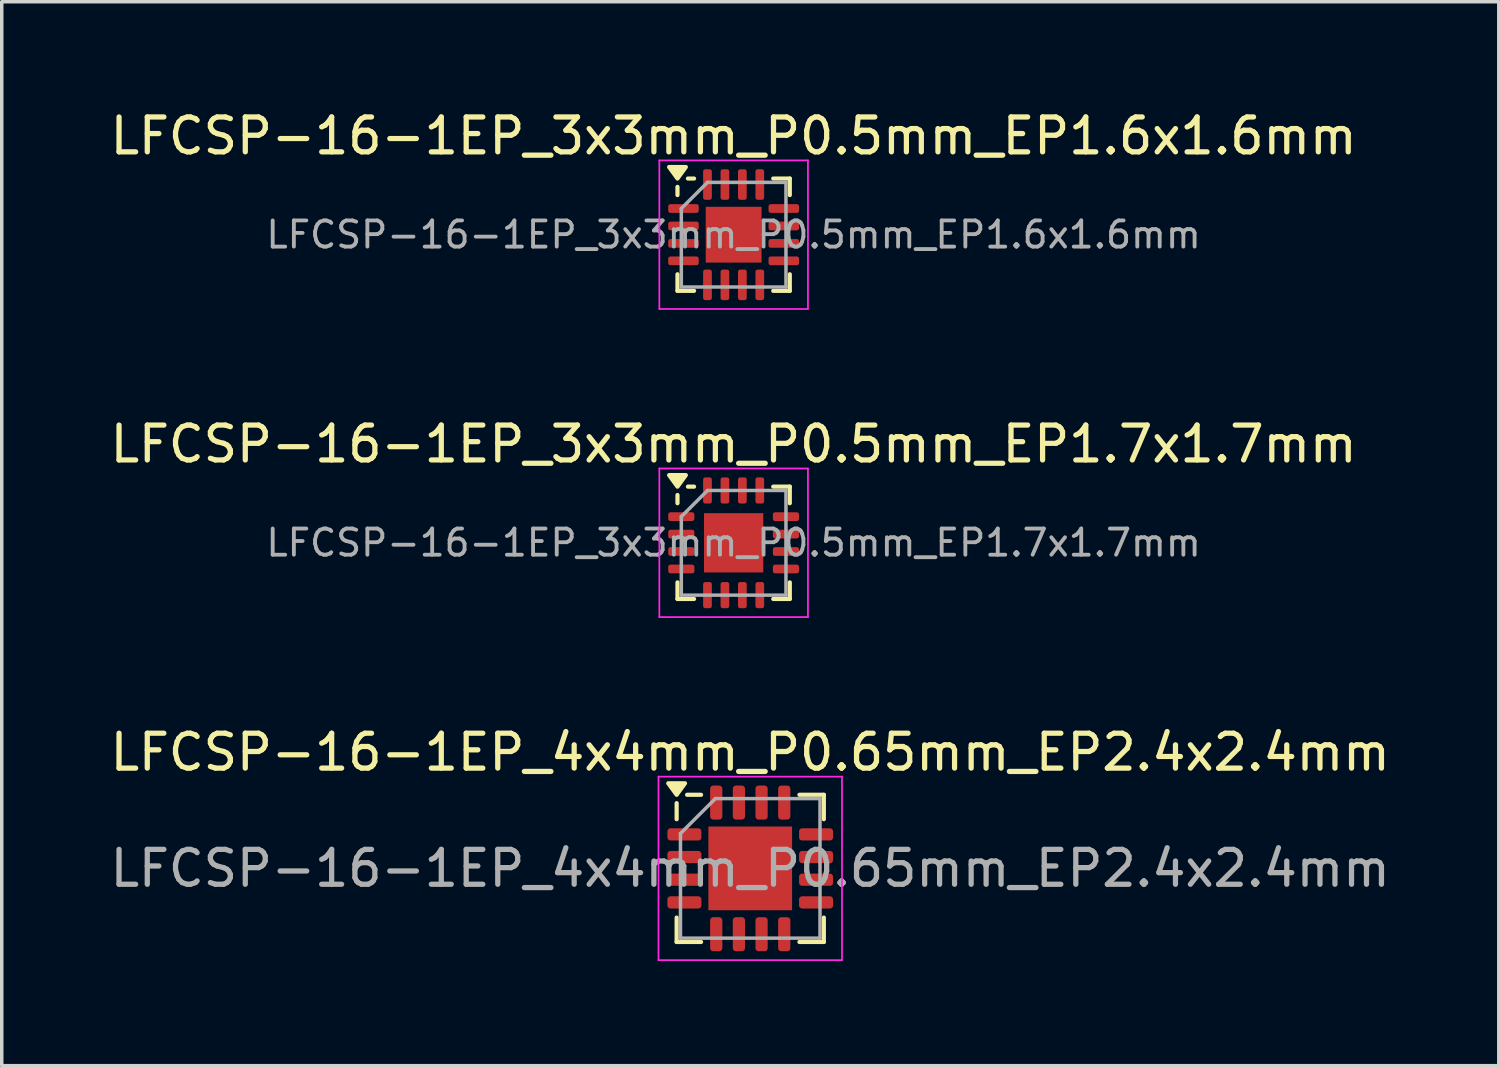
<source format=kicad_pcb>
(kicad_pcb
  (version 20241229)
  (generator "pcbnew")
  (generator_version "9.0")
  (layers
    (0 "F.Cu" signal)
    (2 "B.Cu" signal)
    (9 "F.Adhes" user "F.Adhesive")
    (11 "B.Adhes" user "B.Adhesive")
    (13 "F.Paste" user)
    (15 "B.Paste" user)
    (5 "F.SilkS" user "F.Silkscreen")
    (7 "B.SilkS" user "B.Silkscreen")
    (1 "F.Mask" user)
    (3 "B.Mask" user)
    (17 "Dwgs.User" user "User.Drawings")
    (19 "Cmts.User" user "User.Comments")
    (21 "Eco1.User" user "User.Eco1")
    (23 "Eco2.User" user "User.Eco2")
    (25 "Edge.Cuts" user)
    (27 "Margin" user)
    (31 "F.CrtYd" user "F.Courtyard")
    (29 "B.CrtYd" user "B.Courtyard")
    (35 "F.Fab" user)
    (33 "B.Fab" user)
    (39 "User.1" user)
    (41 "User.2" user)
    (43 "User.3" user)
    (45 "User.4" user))
  (footprint "LFCSP-16-1EP_3x3mm_P0.5mm_EP1.6x1.6mm"
    (layer "F.Cu")
    (at 17.982 3.678)
    (property "Reference" "LFCSP-16-1EP_3x3mm_P0.5mm_EP1.6x1.6mm" (at 0 -2.83 0) (layer "F.SilkS") (effects (font (size 1 1) (thickness 0.15))))
    (attr smd)
    (fp_line (start -1.61 -1.135) (end -1.61 -1.37) (stroke (width 0.12) (type solid)) (layer "F.SilkS"))
    (fp_line (start -1.61 1.61) (end -1.61 1.135) (stroke (width 0.12) (type solid)) (layer "F.SilkS"))
    (fp_line (start -1.135 -1.61) (end -1.31 -1.61) (stroke (width 0.12) (type solid)) (layer "F.SilkS"))
    (fp_line (start -1.135 1.61) (end -1.61 1.61) (stroke (width 0.12) (type solid)) (layer "F.SilkS"))
    (fp_line (start 1.135 -1.61) (end 1.61 -1.61) (stroke (width 0.12) (type solid)) (layer "F.SilkS"))
    (fp_line (start 1.135 1.61) (end 1.61 1.61) (stroke (width 0.12) (type solid)) (layer "F.SilkS"))
    (fp_line (start 1.61 -1.61) (end 1.61 -1.135) (stroke (width 0.12) (type solid)) (layer "F.SilkS"))
    (fp_line (start 1.61 1.61) (end 1.61 1.135) (stroke (width 0.12) (type solid)) (layer "F.SilkS"))
    (fp_poly (pts (xy -1.61 -1.61) (xy -1.85 -1.94) (xy -1.37 -1.94) (xy -1.61 -1.61)) (stroke (width 0.12) (type solid)) (fill yes) (layer "F.SilkS"))
    (fp_line (start -2.13 -2.13) (end -2.13 2.13) (stroke (width 0.05) (type solid)) (layer "F.CrtYd"))
    (fp_line (start -2.13 2.13) (end 2.13 2.13) (stroke (width 0.05) (type solid)) (layer "F.CrtYd"))
    (fp_line (start 2.13 -2.13) (end -2.13 -2.13) (stroke (width 0.05) (type solid)) (layer "F.CrtYd"))
    (fp_line (start 2.13 2.13) (end 2.13 -2.13) (stroke (width 0.05) (type solid)) (layer "F.CrtYd"))
    (fp_line (start -1.5 -0.75) (end -0.75 -1.5) (stroke (width 0.1) (type solid)) (layer "F.Fab"))
    (fp_line (start -1.5 1.5) (end -1.5 -0.75) (stroke (width 0.1) (type solid)) (layer "F.Fab"))
    (fp_line (start -0.75 -1.5) (end 1.5 -1.5) (stroke (width 0.1) (type solid)) (layer "F.Fab"))
    (fp_line (start 1.5 -1.5) (end 1.5 1.5) (stroke (width 0.1) (type solid)) (layer "F.Fab"))
    (fp_line (start 1.5 1.5) (end -1.5 1.5) (stroke (width 0.1) (type solid)) (layer "F.Fab"))
    (fp_text user "${REFERENCE}" (at 0 0 0) (layer "F.Fab") (effects (font (size 0.75 0.75) (thickness 0.11))))
    (pad "" smd roundrect (at -0.4 -0.4) (size 0.64 0.64) (layers "F.Paste") (roundrect_rratio 0.25))
    (pad "" smd roundrect (at -0.4 0.4) (size 0.64 0.64) (layers "F.Paste") (roundrect_rratio 0.25))
    (pad "" smd roundrect (at 0.4 -0.4) (size 0.64 0.64) (layers "F.Paste") (roundrect_rratio 0.25))
    (pad "" smd roundrect (at 0.4 0.4) (size 0.64 0.64) (layers "F.Paste") (roundrect_rratio 0.25))
    (pad "1" smd roundrect (at -1.438 -0.75) (size 0.875 0.25) (layers "F.Cu" "F.Mask" "F.Paste") (roundrect_rratio 0.25))
    (pad "2" smd roundrect (at -1.438 -0.25) (size 0.875 0.25) (layers "F.Cu" "F.Mask" "F.Paste") (roundrect_rratio 0.25))
    (pad "3" smd roundrect (at -1.438 0.25) (size 0.875 0.25) (layers "F.Cu" "F.Mask" "F.Paste") (roundrect_rratio 0.25))
    (pad "4" smd roundrect (at -1.438 0.75) (size 0.875 0.25) (layers "F.Cu" "F.Mask" "F.Paste") (roundrect_rratio 0.25))
    (pad "5" smd roundrect (at -0.75 1.438) (size 0.25 0.875) (layers "F.Cu" "F.Mask" "F.Paste") (roundrect_rratio 0.25))
    (pad "6" smd roundrect (at -0.25 1.438) (size 0.25 0.875) (layers "F.Cu" "F.Mask" "F.Paste") (roundrect_rratio 0.25))
    (pad "7" smd roundrect (at 0.25 1.438) (size 0.25 0.875) (layers "F.Cu" "F.Mask" "F.Paste") (roundrect_rratio 0.25))
    (pad "8" smd roundrect (at 0.75 1.438) (size 0.25 0.875) (layers "F.Cu" "F.Mask" "F.Paste") (roundrect_rratio 0.25))
    (pad "9" smd roundrect (at 1.438 0.75) (size 0.875 0.25) (layers "F.Cu" "F.Mask" "F.Paste") (roundrect_rratio 0.25))
    (pad "10" smd roundrect (at 1.438 0.25) (size 0.875 0.25) (layers "F.Cu" "F.Mask" "F.Paste") (roundrect_rratio 0.25))
    (pad "11" smd roundrect (at 1.438 -0.25) (size 0.875 0.25) (layers "F.Cu" "F.Mask" "F.Paste") (roundrect_rratio 0.25))
    (pad "12" smd roundrect (at 1.438 -0.75) (size 0.875 0.25) (layers "F.Cu" "F.Mask" "F.Paste") (roundrect_rratio 0.25))
    (pad "13" smd roundrect (at 0.75 -1.438) (size 0.25 0.875) (layers "F.Cu" "F.Mask" "F.Paste") (roundrect_rratio 0.25))
    (pad "14" smd roundrect (at 0.25 -1.438) (size 0.25 0.875) (layers "F.Cu" "F.Mask" "F.Paste") (roundrect_rratio 0.25))
    (pad "15" smd roundrect (at -0.25 -1.438) (size 0.25 0.875) (layers "F.Cu" "F.Mask" "F.Paste") (roundrect_rratio 0.25))
    (pad "16" smd roundrect (at -0.75 -1.438) (size 0.25 0.875) (layers "F.Cu" "F.Mask" "F.Paste") (roundrect_rratio 0.25))
    (pad "17" smd rect (at 0 0) (size 1.6 1.6) (property pad_prop_heatsink) (layers "F.Cu" "F.Mask")))
  (footprint "LFCSP-16-1EP_3x3mm_P0.5mm_EP1.7x1.7mm"
    (layer "F.Cu")
    (at 17.982 12.511)
    (property "Reference" "LFCSP-16-1EP_3x3mm_P0.5mm_EP1.7x1.7mm" (at 0 -2.83 0) (layer "F.SilkS") (effects (font (size 1 1) (thickness 0.15))))
    (attr smd)
    (fp_line (start -1.61 -1.135) (end -1.61 -1.37) (stroke (width 0.12) (type solid)) (layer "F.SilkS"))
    (fp_line (start -1.61 1.61) (end -1.61 1.135) (stroke (width 0.12) (type solid)) (layer "F.SilkS"))
    (fp_line (start -1.135 -1.61) (end -1.31 -1.61) (stroke (width 0.12) (type solid)) (layer "F.SilkS"))
    (fp_line (start -1.135 1.61) (end -1.61 1.61) (stroke (width 0.12) (type solid)) (layer "F.SilkS"))
    (fp_line (start 1.135 -1.61) (end 1.61 -1.61) (stroke (width 0.12) (type solid)) (layer "F.SilkS"))
    (fp_line (start 1.135 1.61) (end 1.61 1.61) (stroke (width 0.12) (type solid)) (layer "F.SilkS"))
    (fp_line (start 1.61 -1.61) (end 1.61 -1.135) (stroke (width 0.12) (type solid)) (layer "F.SilkS"))
    (fp_line (start 1.61 1.61) (end 1.61 1.135) (stroke (width 0.12) (type solid)) (layer "F.SilkS"))
    (fp_poly (pts (xy -1.61 -1.61) (xy -1.85 -1.94) (xy -1.37 -1.94) (xy -1.61 -1.61)) (stroke (width 0.12) (type solid)) (fill yes) (layer "F.SilkS"))
    (fp_line (start -2.13 -2.13) (end -2.13 2.13) (stroke (width 0.05) (type solid)) (layer "F.CrtYd"))
    (fp_line (start -2.13 2.13) (end 2.13 2.13) (stroke (width 0.05) (type solid)) (layer "F.CrtYd"))
    (fp_line (start 2.13 -2.13) (end -2.13 -2.13) (stroke (width 0.05) (type solid)) (layer "F.CrtYd"))
    (fp_line (start 2.13 2.13) (end 2.13 -2.13) (stroke (width 0.05) (type solid)) (layer "F.CrtYd"))
    (fp_line (start -1.5 -0.75) (end -0.75 -1.5) (stroke (width 0.1) (type solid)) (layer "F.Fab"))
    (fp_line (start -1.5 1.5) (end -1.5 -0.75) (stroke (width 0.1) (type solid)) (layer "F.Fab"))
    (fp_line (start -0.75 -1.5) (end 1.5 -1.5) (stroke (width 0.1) (type solid)) (layer "F.Fab"))
    (fp_line (start 1.5 -1.5) (end 1.5 1.5) (stroke (width 0.1) (type solid)) (layer "F.Fab"))
    (fp_line (start 1.5 1.5) (end -1.5 1.5) (stroke (width 0.1) (type solid)) (layer "F.Fab"))
    (fp_text user "${REFERENCE}" (at 0 0 0) (layer "F.Fab") (effects (font (size 0.75 0.75) (thickness 0.11))))
    (pad "" smd roundrect (at -0.425 -0.425) (size 0.69 0.69) (layers "F.Paste") (roundrect_rratio 0.25))
    (pad "" smd roundrect (at -0.425 0.425) (size 0.69 0.69) (layers "F.Paste") (roundrect_rratio 0.25))
    (pad "" smd roundrect (at 0.425 -0.425) (size 0.69 0.69) (layers "F.Paste") (roundrect_rratio 0.25))
    (pad "" smd roundrect (at 0.425 0.425) (size 0.69 0.69) (layers "F.Paste") (roundrect_rratio 0.25))
    (pad "1" smd roundrect (at -1.5 -0.75) (size 0.75 0.25) (layers "F.Cu" "F.Mask" "F.Paste") (roundrect_rratio 0.25))
    (pad "2" smd roundrect (at -1.5 -0.25) (size 0.75 0.25) (layers "F.Cu" "F.Mask" "F.Paste") (roundrect_rratio 0.25))
    (pad "3" smd roundrect (at -1.5 0.25) (size 0.75 0.25) (layers "F.Cu" "F.Mask" "F.Paste") (roundrect_rratio 0.25))
    (pad "4" smd roundrect (at -1.5 0.75) (size 0.75 0.25) (layers "F.Cu" "F.Mask" "F.Paste") (roundrect_rratio 0.25))
    (pad "5" smd roundrect (at -0.75 1.5) (size 0.25 0.75) (layers "F.Cu" "F.Mask" "F.Paste") (roundrect_rratio 0.25))
    (pad "6" smd roundrect (at -0.25 1.5) (size 0.25 0.75) (layers "F.Cu" "F.Mask" "F.Paste") (roundrect_rratio 0.25))
    (pad "7" smd roundrect (at 0.25 1.5) (size 0.25 0.75) (layers "F.Cu" "F.Mask" "F.Paste") (roundrect_rratio 0.25))
    (pad "8" smd roundrect (at 0.75 1.5) (size 0.25 0.75) (layers "F.Cu" "F.Mask" "F.Paste") (roundrect_rratio 0.25))
    (pad "9" smd roundrect (at 1.5 0.75) (size 0.75 0.25) (layers "F.Cu" "F.Mask" "F.Paste") (roundrect_rratio 0.25))
    (pad "10" smd roundrect (at 1.5 0.25) (size 0.75 0.25) (layers "F.Cu" "F.Mask" "F.Paste") (roundrect_rratio 0.25))
    (pad "11" smd roundrect (at 1.5 -0.25) (size 0.75 0.25) (layers "F.Cu" "F.Mask" "F.Paste") (roundrect_rratio 0.25))
    (pad "12" smd roundrect (at 1.5 -0.75) (size 0.75 0.25) (layers "F.Cu" "F.Mask" "F.Paste") (roundrect_rratio 0.25))
    (pad "13" smd roundrect (at 0.75 -1.5) (size 0.25 0.75) (layers "F.Cu" "F.Mask" "F.Paste") (roundrect_rratio 0.25))
    (pad "14" smd roundrect (at 0.25 -1.5) (size 0.25 0.75) (layers "F.Cu" "F.Mask" "F.Paste") (roundrect_rratio 0.25))
    (pad "15" smd roundrect (at -0.25 -1.5) (size 0.25 0.75) (layers "F.Cu" "F.Mask" "F.Paste") (roundrect_rratio 0.25))
    (pad "16" smd roundrect (at -0.75 -1.5) (size 0.25 0.75) (layers "F.Cu" "F.Mask" "F.Paste") (roundrect_rratio 0.25))
    (pad "17" smd rect (at 0 0) (size 1.7 1.7) (property pad_prop_heatsink) (layers "F.Cu" "F.Mask")))
  (footprint "LFCSP-16-1EP_4x4mm_P0.65mm_EP2.4x2.4mm"
    (layer "F.Cu")
    (at 18.458 21.845)
    (property "Reference" "LFCSP-16-1EP_4x4mm_P0.65mm_EP2.4x2.4mm" (at 0 -3.33 0) (layer "F.SilkS") (effects (font (size 1 1) (thickness 0.15))))
    (attr smd)
    (fp_line (start -2.11 -1.41) (end -2.11 -1.87) (stroke (width 0.12) (type solid)) (layer "F.SilkS"))
    (fp_line (start -2.11 2.11) (end -2.11 1.41) (stroke (width 0.12) (type solid)) (layer "F.SilkS"))
    (fp_line (start -1.41 -2.11) (end -1.81 -2.11) (stroke (width 0.12) (type solid)) (layer "F.SilkS"))
    (fp_line (start -1.41 2.11) (end -2.11 2.11) (stroke (width 0.12) (type solid)) (layer "F.SilkS"))
    (fp_line (start 1.41 -2.11) (end 2.11 -2.11) (stroke (width 0.12) (type solid)) (layer "F.SilkS"))
    (fp_line (start 1.41 2.11) (end 2.11 2.11) (stroke (width 0.12) (type solid)) (layer "F.SilkS"))
    (fp_line (start 2.11 -2.11) (end 2.11 -1.41) (stroke (width 0.12) (type solid)) (layer "F.SilkS"))
    (fp_line (start 2.11 2.11) (end 2.11 1.41) (stroke (width 0.12) (type solid)) (layer "F.SilkS"))
    (fp_poly (pts (xy -2.11 -2.11) (xy -2.35 -2.44) (xy -1.87 -2.44) (xy -2.11 -2.11)) (stroke (width 0.12) (type solid)) (fill yes) (layer "F.SilkS"))
    (fp_line (start -2.63 -2.63) (end -2.63 2.63) (stroke (width 0.05) (type solid)) (layer "F.CrtYd"))
    (fp_line (start -2.63 2.63) (end 2.63 2.63) (stroke (width 0.05) (type solid)) (layer "F.CrtYd"))
    (fp_line (start 2.63 -2.63) (end -2.63 -2.63) (stroke (width 0.05) (type solid)) (layer "F.CrtYd"))
    (fp_line (start 2.63 2.63) (end 2.63 -2.63) (stroke (width 0.05) (type solid)) (layer "F.CrtYd"))
    (fp_line (start -2 -1) (end -1 -2) (stroke (width 0.1) (type solid)) (layer "F.Fab"))
    (fp_line (start -2 2) (end -2 -1) (stroke (width 0.1) (type solid)) (layer "F.Fab"))
    (fp_line (start -1 -2) (end 2 -2) (stroke (width 0.1) (type solid)) (layer "F.Fab"))
    (fp_line (start 2 -2) (end 2 2) (stroke (width 0.1) (type solid)) (layer "F.Fab"))
    (fp_line (start 2 2) (end -2 2) (stroke (width 0.1) (type solid)) (layer "F.Fab"))
    (fp_text user "${REFERENCE}" (at 0 0 0) (layer "F.Fab") (effects (font (size 1 1) (thickness 0.15))))
    (pad "" smd roundrect (at -0.6 -0.6) (size 0.97 0.97) (layers "F.Paste") (roundrect_rratio 0.25))
    (pad "" smd roundrect (at -0.6 0.6) (size 0.97 0.97) (layers "F.Paste") (roundrect_rratio 0.25))
    (pad "" smd roundrect (at 0.6 -0.6) (size 0.97 0.97) (layers "F.Paste") (roundrect_rratio 0.25))
    (pad "" smd roundrect (at 0.6 0.6) (size 0.97 0.97) (layers "F.Paste") (roundrect_rratio 0.25))
    (pad "1" smd roundrect (at -1.887 -0.975) (size 0.975 0.35) (layers "F.Cu" "F.Mask" "F.Paste") (roundrect_rratio 0.25))
    (pad "2" smd roundrect (at -1.887 -0.325) (size 0.975 0.35) (layers "F.Cu" "F.Mask" "F.Paste") (roundrect_rratio 0.25))
    (pad "3" smd roundrect (at -1.887 0.325) (size 0.975 0.35) (layers "F.Cu" "F.Mask" "F.Paste") (roundrect_rratio 0.25))
    (pad "4" smd roundrect (at -1.887 0.975) (size 0.975 0.35) (layers "F.Cu" "F.Mask" "F.Paste") (roundrect_rratio 0.25))
    (pad "5" smd roundrect (at -0.975 1.887) (size 0.35 0.975) (layers "F.Cu" "F.Mask" "F.Paste") (roundrect_rratio 0.25))
    (pad "6" smd roundrect (at -0.325 1.887) (size 0.35 0.975) (layers "F.Cu" "F.Mask" "F.Paste") (roundrect_rratio 0.25))
    (pad "7" smd roundrect (at 0.325 1.887) (size 0.35 0.975) (layers "F.Cu" "F.Mask" "F.Paste") (roundrect_rratio 0.25))
    (pad "8" smd roundrect (at 0.975 1.887) (size 0.35 0.975) (layers "F.Cu" "F.Mask" "F.Paste") (roundrect_rratio 0.25))
    (pad "9" smd roundrect (at 1.887 0.975) (size 0.975 0.35) (layers "F.Cu" "F.Mask" "F.Paste") (roundrect_rratio 0.25))
    (pad "10" smd roundrect (at 1.887 0.325) (size 0.975 0.35) (layers "F.Cu" "F.Mask" "F.Paste") (roundrect_rratio 0.25))
    (pad "11" smd roundrect (at 1.887 -0.325) (size 0.975 0.35) (layers "F.Cu" "F.Mask" "F.Paste") (roundrect_rratio 0.25))
    (pad "12" smd roundrect (at 1.887 -0.975) (size 0.975 0.35) (layers "F.Cu" "F.Mask" "F.Paste") (roundrect_rratio 0.25))
    (pad "13" smd roundrect (at 0.975 -1.887) (size 0.35 0.975) (layers "F.Cu" "F.Mask" "F.Paste") (roundrect_rratio 0.25))
    (pad "14" smd roundrect (at 0.325 -1.887) (size 0.35 0.975) (layers "F.Cu" "F.Mask" "F.Paste") (roundrect_rratio 0.25))
    (pad "15" smd roundrect (at -0.325 -1.887) (size 0.35 0.975) (layers "F.Cu" "F.Mask" "F.Paste") (roundrect_rratio 0.25))
    (pad "16" smd roundrect (at -0.975 -1.887) (size 0.35 0.975) (layers "F.Cu" "F.Mask" "F.Paste") (roundrect_rratio 0.25))
    (pad "17" smd rect (at 0 0) (size 2.4 2.4) (property pad_prop_heatsink) (layers "F.Cu" "F.Mask")))
  (gr_rect
    (start -3 -3)
    (end 39.917 27.5)
    (stroke (width 0.1) (type default))
    (fill no)
    (layer "Edge.Cuts")))
</source>
